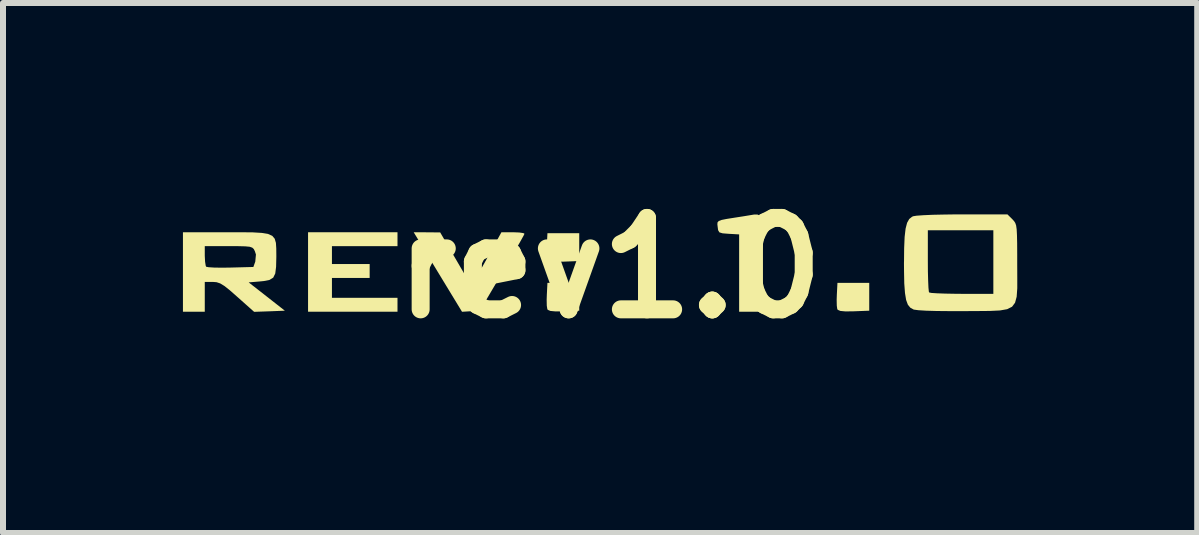
<source format=kicad_pcb>
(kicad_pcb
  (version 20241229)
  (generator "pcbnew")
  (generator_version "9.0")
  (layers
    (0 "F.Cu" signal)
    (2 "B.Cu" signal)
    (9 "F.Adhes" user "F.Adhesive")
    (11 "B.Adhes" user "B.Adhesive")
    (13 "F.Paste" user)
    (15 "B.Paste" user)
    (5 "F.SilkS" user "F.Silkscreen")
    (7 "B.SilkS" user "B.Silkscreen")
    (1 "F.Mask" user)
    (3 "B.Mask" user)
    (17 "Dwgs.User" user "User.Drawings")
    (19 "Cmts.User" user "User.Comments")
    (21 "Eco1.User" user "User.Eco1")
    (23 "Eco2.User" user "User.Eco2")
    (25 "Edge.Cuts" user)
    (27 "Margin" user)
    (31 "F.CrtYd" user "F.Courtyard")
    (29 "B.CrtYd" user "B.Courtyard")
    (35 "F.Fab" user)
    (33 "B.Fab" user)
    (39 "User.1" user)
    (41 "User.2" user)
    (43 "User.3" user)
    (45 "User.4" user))
  (footprint "rev1.0"
    (layer "F.Cu")
    (at 7.12 1.418)
    (property "Reference" "rev1.0" (at 0 0 0) (layer "F.SilkS") (effects (font (size 1.524 1.524) (thickness 0.3))))
    (attr board_only exclude_from_pos_files exclude_from_bom)
    (fp_poly (pts (xy -0.513 -0.116) (xy -0.77 -0.106) (xy -0.909 -0.104) (xy -0.994 -0.111) (xy -1.037 -0.13) (xy -1.045 -0.143) (xy -1.054 -0.2) (xy -1.056 -0.298) (xy -1.053 -0.385) (xy -1.043 -0.58) (xy -0.513 -0.58)) (stroke (width 0) (type solid)) (fill yes) (layer "F.SilkS"))
    (fp_poly (pts (xy -0.513 0.712) (xy -0.77 0.722) (xy -0.909 0.724) (xy -0.994 0.716) (xy -1.037 0.698) (xy -1.045 0.685) (xy -1.054 0.628) (xy -1.056 0.53) (xy -1.053 0.443) (xy -1.043 0.248) (xy -0.513 0.248)) (stroke (width 0) (type solid)) (fill yes) (layer "F.SilkS"))
    (fp_poly (pts (xy 4.322 0.712) (xy 4.064 0.722) (xy 3.926 0.724) (xy 3.841 0.716) (xy 3.798 0.698) (xy 3.789 0.685) (xy 3.781 0.628) (xy 3.779 0.53) (xy 3.782 0.443) (xy 3.792 0.248) (xy 4.322 0.248)) (stroke (width 0) (type solid)) (fill yes) (layer "F.SilkS"))
    (fp_poly (pts (xy -3.543 -0.364) (xy -4.636 -0.364) (xy -4.636 -0.066) (xy -4.007 -0.066) (xy -4.007 0.166) (xy -4.636 0.166) (xy -4.636 0.497) (xy -3.543 0.497) (xy -3.543 0.729) (xy -5.034 0.729) (xy -5.034 -0.596) (xy -3.543 -0.596)) (stroke (width 0) (type solid)) (fill yes) (layer "F.SilkS"))
    (fp_poly (pts (xy -1.514 -0.592) (xy -1.445 -0.582) (xy -1.426 -0.571) (xy -1.442 -0.537) (xy -1.488 -0.454) (xy -1.558 -0.331) (xy -1.647 -0.177) (xy -1.75 0.000108) (xy -1.799 0.083) (xy -2.17 0.712) (xy -2.319 0.721) (xy -2.467 0.73) (xy -3.273 -0.596) (xy -3.052 -0.595) (xy -2.831 -0.593) (xy -2.309 0.302) (xy -2.238 0.176) (xy -2.192 0.094) (xy -2.124 -0.028) (xy -2.045 -0.17) (xy -1.988 -0.273) (xy -1.81 -0.596) (xy -1.617 -0.596)) (stroke (width 0) (type solid)) (fill yes) (layer "F.SilkS"))
    (fp_poly (pts (xy 2.501 -0.872) (xy 2.527 -0.827) (xy 2.543 -0.748) (xy 2.549 -0.629) (xy 2.551 -0.462) (xy 2.55 -0.24) (xy 2.55 -0.083) (xy 2.55 0.729) (xy 2.153 0.729) (xy 2.153 -0.56) (xy 1.979 -0.57) (xy 1.877 -0.578) (xy 1.824 -0.594) (xy 1.802 -0.631) (xy 1.795 -0.685) (xy 1.79 -0.729) (xy 1.793 -0.761) (xy 1.813 -0.783) (xy 1.86 -0.801) (xy 1.945 -0.818) (xy 2.078 -0.839) (xy 2.219 -0.861) (xy 2.322 -0.878) (xy 2.401 -0.891) (xy 2.459 -0.891)) (stroke (width 0) (type solid)) (fill yes) (layer "F.SilkS"))
    (fp_poly (pts (xy -5.955 -0.594) (xy -5.806 -0.585) (xy -5.7 -0.567) (xy -5.631 -0.536) (xy -5.59 -0.488) (xy -5.57 -0.419) (xy -5.564 -0.326) (xy -5.563 -0.205) (xy -5.563 -0.184) (xy -5.567 -0.019) (xy -5.581 0.092) (xy -5.615 0.161) (xy -5.677 0.199) (xy -5.775 0.218) (xy -5.845 0.225) (xy -6.024 0.24) (xy -5.722 0.476) (xy -5.421 0.712) (xy -5.677 0.722) (xy -5.933 0.731) (xy -6.213 0.482) (xy -6.339 0.371) (xy -6.43 0.299) (xy -6.499 0.257) (xy -6.559 0.237) (xy -6.621 0.232) (xy -6.624 0.232) (xy -6.756 0.232) (xy -6.756 0.729) (xy -7.12 0.729) (xy -7.12 -0.204) (xy -6.756 -0.204) (xy -6.751 -0.106) (xy -6.74 -0.037) (xy -6.733 -0.021) (xy -6.692 -0.013) (xy -6.6 -0.007) (xy -6.469 -0.005) (xy -6.328 -0.007) (xy -5.946 -0.017) (xy -5.914 -0.106) (xy -5.903 -0.225) (xy -5.921 -0.28) (xy -5.939 -0.316) (xy -5.964 -0.339) (xy -6.007 -0.354) (xy -6.081 -0.361) (xy -6.198 -0.364) (xy -6.358 -0.364) (xy -6.756 -0.364) (xy -6.756 -0.204) (xy -7.12 -0.204) (xy -7.12 -0.596) (xy -6.415 -0.596) (xy -6.156 -0.596)) (stroke (width 0) (type solid)) (fill yes) (layer "F.SilkS"))
    (fp_poly (pts (xy 6.708 -0.813) (xy 6.735 -0.783) (xy 6.756 -0.752) (xy 6.771 -0.709) (xy 6.78 -0.644) (xy 6.785 -0.548) (xy 6.788 -0.411) (xy 6.789 -0.224) (xy 6.789 -0.088) (xy 6.79 0.152) (xy 6.79 0.338) (xy 6.78 0.479) (xy 6.753 0.579) (xy 6.703 0.646) (xy 6.621 0.687) (xy 6.501 0.708) (xy 6.335 0.716) (xy 6.116 0.718) (xy 5.906 0.719) (xy 5.662 0.719) (xy 5.447 0.717) (xy 5.271 0.712) (xy 5.142 0.704) (xy 5.068 0.694) (xy 5.061 0.692) (xy 5.007 0.662) (xy 4.966 0.612) (xy 4.937 0.533) (xy 4.918 0.418) (xy 4.906 0.258) (xy 4.902 0.045) (xy 4.901 -0.083) (xy 4.902 -0.121) (xy 5.299 -0.121) (xy 5.3 0.056) (xy 5.304 0.209) (xy 5.309 0.326) (xy 5.316 0.395) (xy 5.321 0.408) (xy 5.36 0.416) (xy 5.453 0.422) (xy 5.589 0.427) (xy 5.757 0.43) (xy 5.867 0.431) (xy 6.391 0.431) (xy 6.391 -0.629) (xy 5.299 -0.629) (xy 5.299 -0.121) (xy 4.902 -0.121) (xy 4.904 -0.329) (xy 4.912 -0.518) (xy 4.928 -0.656) (xy 4.953 -0.753) (xy 4.989 -0.817) (xy 5.037 -0.855) (xy 5.056 -0.863) (xy 5.112 -0.872) (xy 5.224 -0.88) (xy 5.38 -0.887) (xy 5.57 -0.891) (xy 5.783 -0.894) (xy 5.882 -0.894) (xy 6.626 -0.894)) (stroke (width 0) (type solid)) (fill yes) (layer "F.SilkS")))
  (gr_rect
    (start -3 -3)
    (end 16.91 5.836)
    (stroke (width 0.1) (type default))
    (fill no)
    (layer "Edge.Cuts")))
</source>
